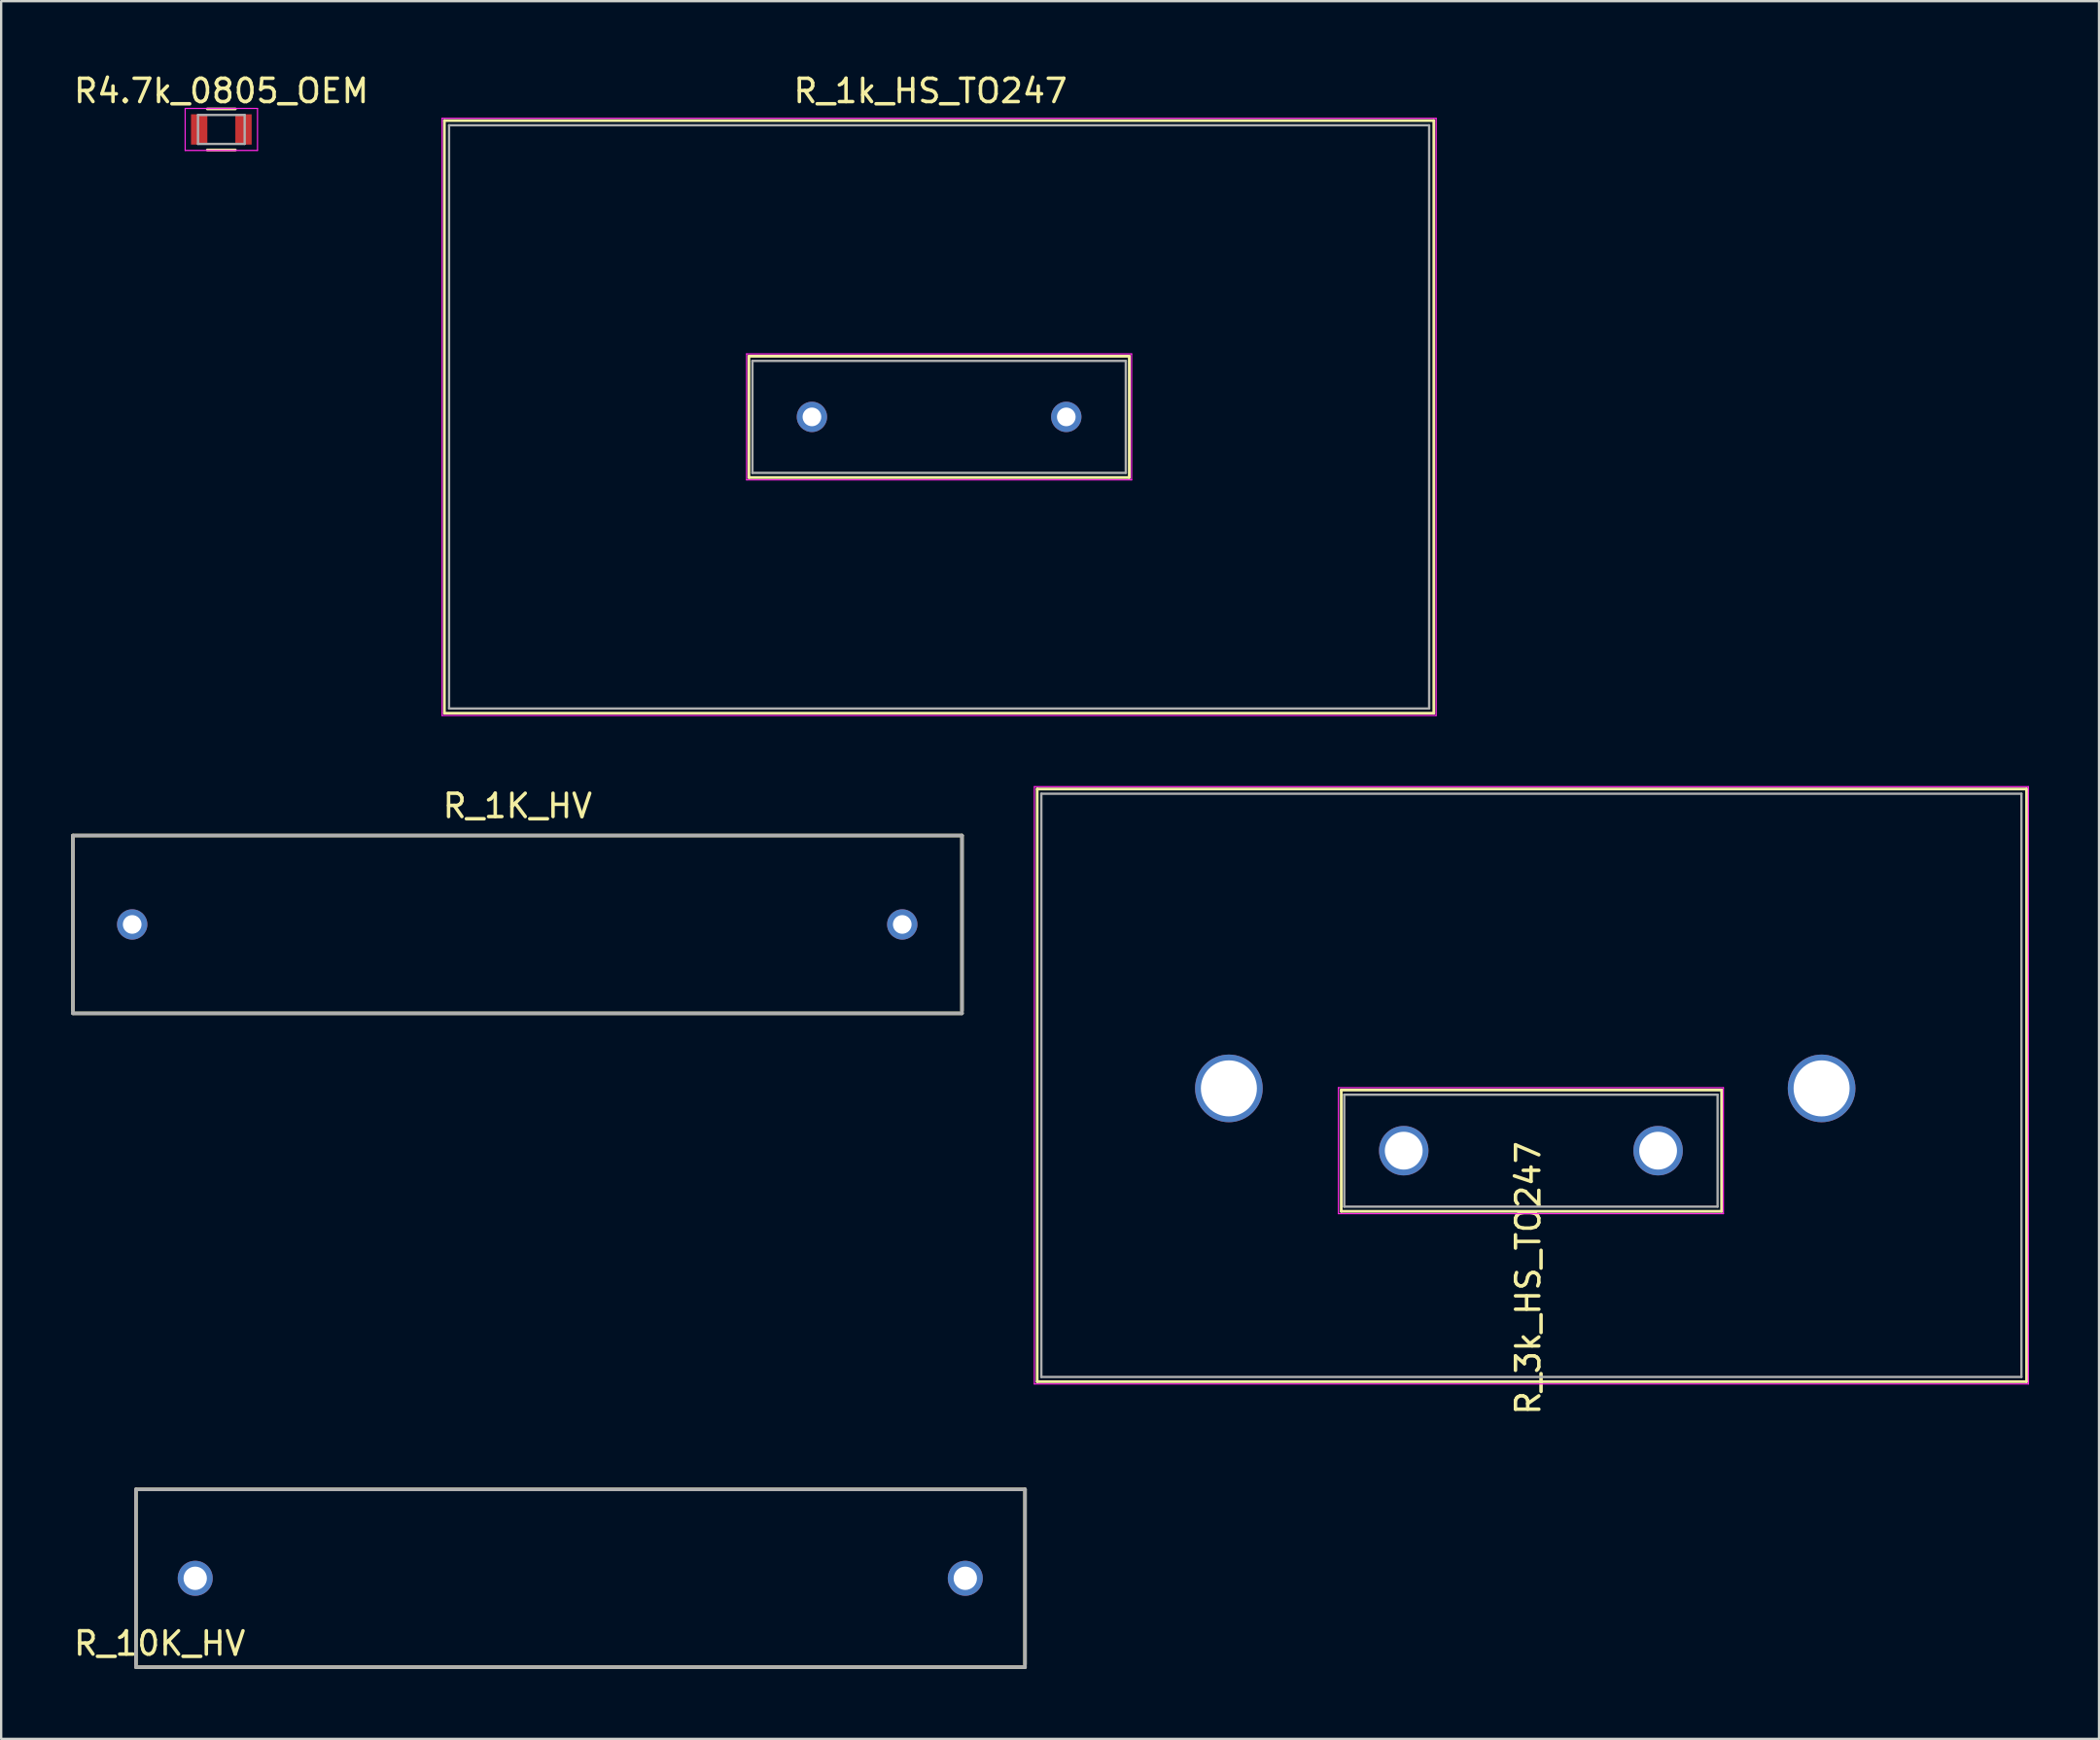
<source format=kicad_pcb>
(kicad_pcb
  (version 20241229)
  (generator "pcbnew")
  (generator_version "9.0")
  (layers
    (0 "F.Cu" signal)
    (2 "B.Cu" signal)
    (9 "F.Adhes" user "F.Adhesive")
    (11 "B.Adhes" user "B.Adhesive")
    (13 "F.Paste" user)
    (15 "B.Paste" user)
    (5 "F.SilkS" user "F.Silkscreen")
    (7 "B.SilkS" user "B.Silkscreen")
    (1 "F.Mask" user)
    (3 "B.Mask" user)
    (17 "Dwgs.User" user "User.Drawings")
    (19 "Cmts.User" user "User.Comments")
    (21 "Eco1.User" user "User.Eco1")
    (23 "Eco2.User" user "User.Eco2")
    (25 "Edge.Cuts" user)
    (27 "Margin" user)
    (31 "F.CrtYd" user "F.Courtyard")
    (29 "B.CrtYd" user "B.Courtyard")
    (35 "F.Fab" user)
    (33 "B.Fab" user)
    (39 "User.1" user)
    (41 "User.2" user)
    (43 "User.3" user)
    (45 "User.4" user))
  (footprint "R_1k_HS_TO247"
    (layer "F.Cu")
    (at 31.744 14.818)
    (property "Reference" "R_1k_HS_TO247" (at 5.08 -13.97 0) (layer "F.SilkS") (effects (font (size 1 1) (thickness 0.15))))
    (attr through_hole)
    (fp_line (start -15.75 -12.7) (end 26.65 -12.7) (stroke (width 0.12) (type solid)) (layer "F.SilkS"))
    (fp_line (start -15.75 12.7) (end -15.75 -12.7) (stroke (width 0.12) (type solid)) (layer "F.SilkS"))
    (fp_line (start -15.75 12.7) (end 26.65 12.7) (stroke (width 0.12) (type solid)) (layer "F.SilkS"))
    (fp_line (start -2.7 -2.6) (end -2.7 2.6) (stroke (width 0.12) (type solid)) (layer "F.SilkS"))
    (fp_line (start -2.7 -2.6) (end 13.6 -2.6) (stroke (width 0.12) (type solid)) (layer "F.SilkS"))
    (fp_line (start -2.7 2.6) (end 13.6 2.6) (stroke (width 0.12) (type solid)) (layer "F.SilkS"))
    (fp_line (start 13.6 -2.6) (end 13.6 2.6) (stroke (width 0.12) (type solid)) (layer "F.SilkS"))
    (fp_line (start 26.65 12.7) (end 26.65 -12.7) (stroke (width 0.12) (type solid)) (layer "F.SilkS"))
    (fp_line (start -15.85 -12.8) (end -15.85 12.8) (stroke (width 0.05) (type solid)) (layer "F.CrtYd"))
    (fp_line (start -15.85 -12.8) (end 26.75 -12.8) (stroke (width 0.05) (type solid)) (layer "F.CrtYd"))
    (fp_line (start -15.85 12.8) (end 26.75 12.8) (stroke (width 0.05) (type solid)) (layer "F.CrtYd"))
    (fp_line (start -2.8 -2.7) (end -2.8 2.7) (stroke (width 0.05) (type solid)) (layer "F.CrtYd"))
    (fp_line (start -2.8 -2.7) (end 13.7 -2.7) (stroke (width 0.05) (type solid)) (layer "F.CrtYd"))
    (fp_line (start 13.7 2.7) (end -2.8 2.7) (stroke (width 0.05) (type solid)) (layer "F.CrtYd"))
    (fp_line (start 13.7 2.7) (end 13.7 -2.7) (stroke (width 0.05) (type solid)) (layer "F.CrtYd"))
    (fp_line (start 26.75 12.8) (end 26.75 -12.8) (stroke (width 0.05) (type solid)) (layer "F.CrtYd"))
    (fp_line (start -15.55 -12.5) (end 26.45 -12.5) (stroke (width 0.1) (type solid)) (layer "F.Fab"))
    (fp_line (start -15.55 12.5) (end -15.55 -12.5) (stroke (width 0.1) (type solid)) (layer "F.Fab"))
    (fp_line (start -15.55 12.5) (end 26.45 12.5) (stroke (width 0.1) (type solid)) (layer "F.Fab"))
    (fp_line (start -2.55 -2.4) (end 13.45 -2.4) (stroke (width 0.1) (type solid)) (layer "F.Fab"))
    (fp_line (start -2.55 2.4) (end -2.55 -2.4) (stroke (width 0.1) (type solid)) (layer "F.Fab"))
    (fp_line (start -2.55 2.4) (end 13.45 2.4) (stroke (width 0.1) (type solid)) (layer "F.Fab"))
    (fp_line (start 13.45 2.4) (end 13.45 -2.4) (stroke (width 0.1) (type solid)) (layer "F.Fab"))
    (fp_line (start 26.45 12.5) (end 26.45 -12.5) (stroke (width 0.1) (type solid)) (layer "F.Fab"))
    (pad "1" thru_hole circle (at 0 0) (size 1.3 1.3) (drill 0.8) (layers "*.Cu" "*.Mask"))
    (pad "2" thru_hole circle (at 10.9 0) (size 1.3 1.3) (drill 0.8) (layers "*.Cu" "*.Mask")))
  (footprint "R4.7k_0805_OEM"
    (layer "F.Cu")
    (at 6.435 2.498)
    (property "Reference" "R4.7k_0805_OEM" (at 0 -1.65 0) (layer "F.SilkS") (effects (font (size 1 1) (thickness 0.15))))
    (attr smd)
    (fp_line (start -0.6 -0.88) (end 0.6 -0.88) (stroke (width 0.12) (type solid)) (layer "F.SilkS"))
    (fp_line (start 0.6 0.88) (end -0.6 0.88) (stroke (width 0.12) (type solid)) (layer "F.SilkS"))
    (fp_line (start -1.55 -0.9) (end -1.55 0.9) (stroke (width 0.05) (type solid)) (layer "F.CrtYd"))
    (fp_line (start -1.55 -0.9) (end 1.55 -0.9) (stroke (width 0.05) (type solid)) (layer "F.CrtYd"))
    (fp_line (start 1.55 0.9) (end -1.55 0.9) (stroke (width 0.05) (type solid)) (layer "F.CrtYd"))
    (fp_line (start 1.55 0.9) (end 1.55 -0.9) (stroke (width 0.05) (type solid)) (layer "F.CrtYd"))
    (fp_line (start -1 -0.62) (end 1 -0.62) (stroke (width 0.1) (type solid)) (layer "F.Fab"))
    (fp_line (start -1 0.62) (end -1 -0.62) (stroke (width 0.1) (type solid)) (layer "F.Fab"))
    (fp_line (start 1 -0.62) (end 1 0.62) (stroke (width 0.1) (type solid)) (layer "F.Fab"))
    (fp_line (start 1 0.62) (end -1 0.62) (stroke (width 0.1) (type solid)) (layer "F.Fab"))
    (pad "1" smd rect (at -0.95 0) (size 0.7 1.3) (layers "F.Cu" "F.Mask" "F.Paste"))
    (pad "2" smd rect (at 0.95 0) (size 0.7 1.3) (layers "F.Cu" "F.Mask" "F.Paste")))
  (footprint "R_10K_HV"
    (layer "F.Cu")
    (at 5.316 64.596)
    (property "Reference" "R_10K_HV" (at -1.524 2.794 180) (layer "F.SilkS") (effects (font (size 1 1) (thickness 0.15))))
    (attr through_hole)
    (fp_line (start -2.54 -3.81) (end -2.54 3.69) (stroke (width 0.15) (type solid)) (layer "F.SilkS"))
    (fp_line (start -2.54 -3.81) (end 35.56 -3.81) (stroke (width 0.15) (type solid)) (layer "F.SilkS"))
    (fp_line (start 35.56 -3.81) (end 35.56 3.69) (stroke (width 0.15) (type solid)) (layer "F.SilkS"))
    (fp_line (start 35.56 3.81) (end -2.54 3.81) (stroke (width 0.15) (type solid)) (layer "F.SilkS"))
    (fp_line (start -2.54 -3.81) (end 35.56 -3.81) (stroke (width 0.15) (type solid)) (layer "F.Fab"))
    (fp_line (start -2.54 3.81) (end -2.54 -3.81) (stroke (width 0.15) (type solid)) (layer "F.Fab"))
    (fp_line (start 35.56 -3.81) (end 35.56 3.81) (stroke (width 0.15) (type solid)) (layer "F.Fab"))
    (fp_line (start 35.56 3.81) (end -2.54 3.81) (stroke (width 0.15) (type solid)) (layer "F.Fab"))
    (pad "1" thru_hole circle (at 0 0) (size 1.5 1.5) (drill 1) (layers "*.Cu" "*.Mask"))
    (pad "2" thru_hole circle (at 33 0) (size 1.5 1.5) (drill 1) (layers "*.Cu" "*.Mask")))
  (footprint "R_3k_HS_TO247"
    (layer "F.Cu")
    (at 57.105 46.268)
    (property "Reference" "R_3k_HS_TO247" (at 5.334 5.461 270) (layer "F.SilkS") (effects (font (size 1 1) (thickness 0.15))))
    (attr through_hole)
    (fp_line (start -15.708 -15.5) (end -15.708 9.9) (stroke (width 0.12) (type solid)) (layer "F.SilkS"))
    (fp_line (start -2.678 2.6) (end -2.678 -2.6) (stroke (width 0.12) (type solid)) (layer "F.SilkS"))
    (fp_line (start 13.622 -2.6) (end -2.678 -2.6) (stroke (width 0.12) (type solid)) (layer "F.SilkS"))
    (fp_line (start 13.622 2.6) (end -2.678 2.6) (stroke (width 0.12) (type solid)) (layer "F.SilkS"))
    (fp_line (start 13.622 2.6) (end 13.622 -2.6) (stroke (width 0.12) (type solid)) (layer "F.SilkS"))
    (fp_line (start 26.692 -15.5) (end -15.708 -15.5) (stroke (width 0.12) (type solid)) (layer "F.SilkS"))
    (fp_line (start 26.692 -15.5) (end 26.692 9.9) (stroke (width 0.12) (type solid)) (layer "F.SilkS"))
    (fp_line (start 26.692 9.9) (end -15.708 9.9) (stroke (width 0.12) (type solid)) (layer "F.SilkS"))
    (fp_line (start -15.83 -15.6) (end -15.83 10) (stroke (width 0.05) (type solid)) (layer "F.CrtYd"))
    (fp_line (start -15.83 -15.6) (end 26.77 -15.6) (stroke (width 0.05) (type solid)) (layer "F.CrtYd"))
    (fp_line (start -15.83 10) (end 26.77 10) (stroke (width 0.05) (type solid)) (layer "F.CrtYd"))
    (fp_line (start -2.8 -2.7) (end -2.8 2.7) (stroke (width 0.05) (type solid)) (layer "F.CrtYd"))
    (fp_line (start -2.8 -2.7) (end 13.7 -2.7) (stroke (width 0.05) (type solid)) (layer "F.CrtYd"))
    (fp_line (start 13.7 2.7) (end -2.8 2.7) (stroke (width 0.05) (type solid)) (layer "F.CrtYd"))
    (fp_line (start 13.7 2.7) (end 13.7 -2.7) (stroke (width 0.05) (type solid)) (layer "F.CrtYd"))
    (fp_line (start 26.77 10) (end 26.77 -15.6) (stroke (width 0.05) (type solid)) (layer "F.CrtYd"))
    (fp_line (start -15.53 -15.3) (end 26.47 -15.3) (stroke (width 0.1) (type solid)) (layer "F.Fab"))
    (fp_line (start -15.53 9.7) (end -15.53 -15.3) (stroke (width 0.1) (type solid)) (layer "F.Fab"))
    (fp_line (start -15.53 9.7) (end 26.47 9.7) (stroke (width 0.1) (type solid)) (layer "F.Fab"))
    (fp_line (start -2.55 -2.4) (end 13.45 -2.4) (stroke (width 0.1) (type solid)) (layer "F.Fab"))
    (fp_line (start -2.55 2.4) (end -2.55 -2.4) (stroke (width 0.1) (type solid)) (layer "F.Fab"))
    (fp_line (start -2.55 2.4) (end 13.45 2.4) (stroke (width 0.1) (type solid)) (layer "F.Fab"))
    (fp_line (start 13.45 2.4) (end 13.45 -2.4) (stroke (width 0.1) (type solid)) (layer "F.Fab"))
    (fp_line (start 26.47 9.7) (end 26.47 -15.3) (stroke (width 0.1) (type solid)) (layer "F.Fab"))
    (pad "1" thru_hole circle (at 0 0) (size 2.12 2.12) (drill 1.62) (layers "*.Cu" "*.Mask"))
    (pad "2" thru_hole circle (at 10.9 0) (size 2.12 2.12) (drill 1.62) (layers "*.Cu" "*.Mask"))
    (pad "4" thru_hole circle (at -7.493 -2.67) (size 2.9 2.9) (drill 2.4) (layers "*.Cu" "*.Mask"))
    (pad "5" thru_hole circle (at 17.907 -2.67) (size 2.9 2.9) (drill 2.4) (layers "*.Cu" "*.Mask")))
  (footprint "R_1K_HV"
    (layer "F.Cu")
    (at 2.615 36.572)
    (property "Reference" "R_1K_HV" (at 16.51 -5.08 0) (layer "F.SilkS") (effects (font (size 1 1) (thickness 0.15))))
    (attr through_hole)
    (fp_line (start -2.54 -3.81) (end -2.54 3.69) (stroke (width 0.15) (type solid)) (layer "F.SilkS"))
    (fp_line (start -2.54 -3.81) (end 35.56 -3.81) (stroke (width 0.15) (type solid)) (layer "F.SilkS"))
    (fp_line (start 35.56 -3.81) (end 35.56 3.69) (stroke (width 0.15) (type solid)) (layer "F.SilkS"))
    (fp_line (start 35.56 3.81) (end -2.54 3.81) (stroke (width 0.15) (type solid)) (layer "F.SilkS"))
    (fp_line (start -2.54 -3.81) (end 35.56 -3.81) (stroke (width 0.15) (type solid)) (layer "F.Fab"))
    (fp_line (start -2.54 3.81) (end -2.54 -3.81) (stroke (width 0.15) (type solid)) (layer "F.Fab"))
    (fp_line (start 35.56 -3.81) (end 35.56 3.81) (stroke (width 0.15) (type solid)) (layer "F.Fab"))
    (fp_line (start 35.56 3.81) (end -2.54 3.81) (stroke (width 0.15) (type solid)) (layer "F.Fab"))
    (pad "1" thru_hole circle (at 0 0) (size 1.3 1.3) (drill 0.8) (layers "*.Cu" "*.Mask"))
    (pad "2" thru_hole circle (at 33 0) (size 1.3 1.3) (drill 0.8) (layers "*.Cu" "*.Mask")))
  (gr_rect
    (start -3 -3)
    (end 86.9 71.481)
    (stroke (width 0.1) (type default))
    (fill no)
    (layer "Edge.Cuts")))
</source>
